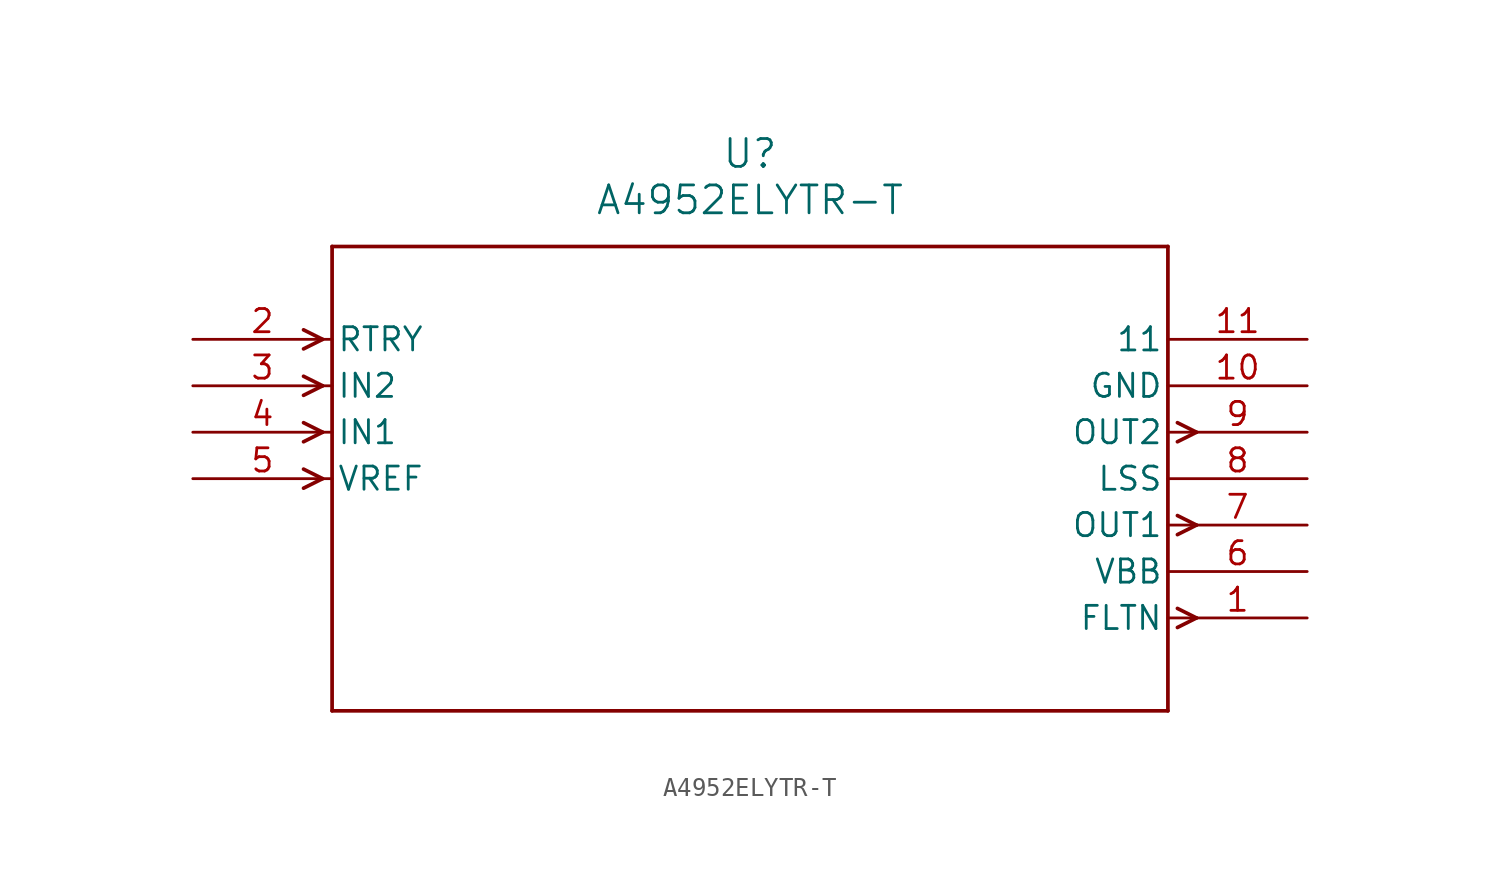
<source format=kicad_sym>
(kicad_symbol_lib
  (version 20211014)
  (generator kicad_symbol_editor)
  (symbol "A4952ELYTR-T"
    (pin_names
      (offset 0.254))
    (property "Reference" "U"
      (at 30.48 10.16 0)
      (effects (font (size 1.524 1.524))))
    (property "Value" "A4952ELYTR-T"
      (at 30.48 7.62 0)
      (effects (font (size 1.524 1.524))))
    (symbol "A4952ELYTR-T_0_1"
      (polyline (pts (xy 7.099 0) (xy 6.058 0.521)) (stroke (width 0.203) (type default) (color 0 0 0 0)) (fill (type none)))
      (polyline (pts (xy 7.099 0) (xy 6.058 -0.521)) (stroke (width 0.203) (type default) (color 0 0 0 0)) (fill (type none)))
      (polyline (pts (xy 7.099 -2.54) (xy 6.058 -2.019)) (stroke (width 0.203) (type default) (color 0 0 0 0)) (fill (type none)))
      (polyline (pts (xy 7.099 -2.54) (xy 6.058 -3.061)) (stroke (width 0.203) (type default) (color 0 0 0 0)) (fill (type none)))
      (polyline (pts (xy 7.099 -5.08) (xy 6.058 -4.559)) (stroke (width 0.203) (type default) (color 0 0 0 0)) (fill (type none)))
      (polyline (pts (xy 7.099 -5.08) (xy 6.058 -5.601)) (stroke (width 0.203) (type default) (color 0 0 0 0)) (fill (type none)))
      (polyline (pts (xy 7.099 -7.62) (xy 6.058 -7.099)) (stroke (width 0.203) (type default) (color 0 0 0 0)) (fill (type none)))
      (polyline (pts (xy 7.099 -7.62) (xy 6.058 -8.141)) (stroke (width 0.203) (type default) (color 0 0 0 0)) (fill (type none)))
      (polyline (pts (xy 53.861 -14.719) (xy 54.902 -15.24)) (stroke (width 0.203) (type default) (color 0 0 0 0)) (fill (type none)))
      (polyline (pts (xy 53.861 -15.761) (xy 54.902 -15.24)) (stroke (width 0.203) (type default) (color 0 0 0 0)) (fill (type none)))
      (polyline (pts (xy 53.861 -9.639) (xy 54.902 -10.16)) (stroke (width 0.203) (type default) (color 0 0 0 0)) (fill (type none)))
      (polyline (pts (xy 53.861 -10.681) (xy 54.902 -10.16)) (stroke (width 0.203) (type default) (color 0 0 0 0)) (fill (type none)))
      (polyline (pts (xy 53.861 -4.559) (xy 54.902 -5.08)) (stroke (width 0.203) (type default) (color 0 0 0 0)) (fill (type none)))
      (polyline (pts (xy 53.861 -5.601) (xy 54.902 -5.08)) (stroke (width 0.203) (type default) (color 0 0 0 0)) (fill (type none)))
      (polyline (pts (xy 7.62 5.08) (xy 7.62 -20.32)) (stroke (width 0.203) (type default) (color 0 0 0 0)) (fill (type none)))
      (polyline (pts (xy 7.62 -20.32) (xy 53.34 -20.32)) (stroke (width 0.203) (type default) (color 0 0 0 0)) (fill (type none)))
      (polyline (pts (xy 53.34 -20.32) (xy 53.34 5.08)) (stroke (width 0.203) (type default) (color 0 0 0 0)) (fill (type none)))
      (polyline (pts (xy 53.34 5.08) (xy 7.62 5.08)) (stroke (width 0.203) (type default) (color 0 0 0 0)) (fill (type none)))
      (pin output line (at 60.96 -15.24 180) (length 7.62) (name "FLTN" (effects (font (size 1.27 1.27)))) (number "1" (effects (font (size 1.27 1.27)))))
      (pin input line (at 0 0 0) (length 7.62) (name "RTRY" (effects (font (size 1.27 1.27)))) (number "2" (effects (font (size 1.27 1.27)))))
      (pin input line (at 0 -2.54 0) (length 7.62) (name "IN2" (effects (font (size 1.27 1.27)))) (number "3" (effects (font (size 1.27 1.27)))))
      (pin input line (at 0 -5.08 0) (length 7.62) (name "IN1" (effects (font (size 1.27 1.27)))) (number "4" (effects (font (size 1.27 1.27)))))
      (pin input line (at 0 -7.62 0) (length 7.62) (name "VREF" (effects (font (size 1.27 1.27)))) (number "5" (effects (font (size 1.27 1.27)))))
      (pin power_in line (at 60.96 -12.7 180) (length 7.62) (name "VBB" (effects (font (size 1.27 1.27)))) (number "6" (effects (font (size 1.27 1.27)))))
      (pin output line (at 60.96 -10.16 180) (length 7.62) (name "OUT1" (effects (font (size 1.27 1.27)))) (number "7" (effects (font (size 1.27 1.27)))))
      (pin unspecified line (at 60.96 -7.62 180) (length 7.62) (name "LSS" (effects (font (size 1.27 1.27)))) (number "8" (effects (font (size 1.27 1.27)))))
      (pin output line (at 60.96 -5.08 180) (length 7.62) (name "OUT2" (effects (font (size 1.27 1.27)))) (number "9" (effects (font (size 1.27 1.27)))))
      (pin power_in line (at 60.96 -2.54 180) (length 7.62) (name "GND" (effects (font (size 1.27 1.27)))) (number "10" (effects (font (size 1.27 1.27)))))
      (pin unspecified line (at 60.96 0 180) (length 7.62) (name "11" (effects (font (size 1.27 1.27)))) (number "11" (effects (font (size 1.27 1.27))))))))
</source>
